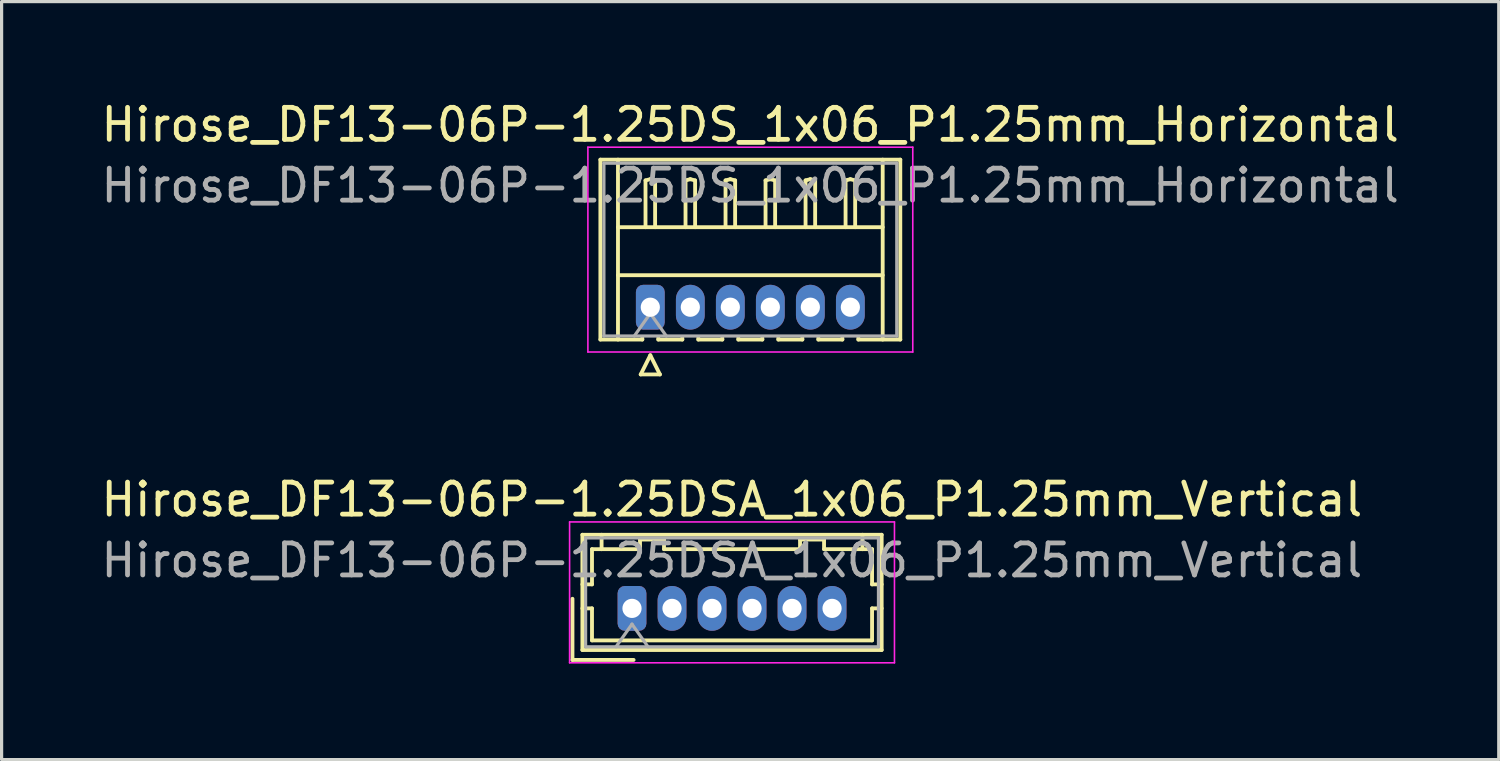
<source format=kicad_pcb>
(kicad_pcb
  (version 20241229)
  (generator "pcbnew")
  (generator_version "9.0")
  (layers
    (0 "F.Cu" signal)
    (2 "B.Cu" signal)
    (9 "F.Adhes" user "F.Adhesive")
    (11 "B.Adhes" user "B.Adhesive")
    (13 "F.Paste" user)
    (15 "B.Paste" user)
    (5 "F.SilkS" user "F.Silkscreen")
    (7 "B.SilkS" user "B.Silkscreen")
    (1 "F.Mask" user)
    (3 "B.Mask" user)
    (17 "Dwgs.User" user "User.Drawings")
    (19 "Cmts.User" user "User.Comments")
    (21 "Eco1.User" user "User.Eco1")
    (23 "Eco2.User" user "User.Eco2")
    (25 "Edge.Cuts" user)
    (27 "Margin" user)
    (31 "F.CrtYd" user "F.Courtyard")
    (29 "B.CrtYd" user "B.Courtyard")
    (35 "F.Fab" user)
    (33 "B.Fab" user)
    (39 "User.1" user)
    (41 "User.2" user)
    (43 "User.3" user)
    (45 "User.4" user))
  (footprint "Hirose_DF13-06P-1.25DS_1x06_P1.25mm_Horizontal"
    (layer "F.Cu")
    (at 17.267 6.548)
    (property "Reference" "Hirose_DF13-06P-1.25DS_1x06_P1.25mm_Horizontal" (at 3.12 -5.7 0) (layer "F.SilkS") (effects (font (size 1 1) (thickness 0.15))))
    (attr through_hole)
    (fp_line (start -1.56 -4.61) (end 7.81 -4.61) (stroke (width 0.12) (type solid)) (layer "F.SilkS"))
    (fp_line (start -1.56 1.01) (end -1.56 -4.61) (stroke (width 0.12) (type solid)) (layer "F.SilkS"))
    (fp_line (start -1.01 -4.61) (end -1.01 1.01) (stroke (width 0.12) (type solid)) (layer "F.SilkS"))
    (fp_line (start -1.01 -2.5) (end 7.26 -2.5) (stroke (width 0.12) (type solid)) (layer "F.SilkS"))
    (fp_line (start -1.01 -1) (end 7.26 -1) (stroke (width 0.12) (type solid)) (layer "F.SilkS"))
    (fp_line (start -0.3 2.1) (end 0.3 2.1) (stroke (width 0.12) (type solid)) (layer "F.SilkS"))
    (fp_line (start -0.25 0.96) (end -0.25 1.01) (stroke (width 0.12) (type solid)) (layer "F.SilkS"))
    (fp_line (start -0.25 1.01) (end -1.56 1.01) (stroke (width 0.12) (type solid)) (layer "F.SilkS"))
    (fp_line (start -0.15 -3.962) (end 0 -4) (stroke (width 0.12) (type solid)) (layer "F.SilkS"))
    (fp_line (start -0.15 -2.5) (end -0.15 -3.962) (stroke (width 0.12) (type solid)) (layer "F.SilkS"))
    (fp_line (start 0 -4) (end 0.15 -3.962) (stroke (width 0.12) (type solid)) (layer "F.SilkS"))
    (fp_line (start 0 1.5) (end -0.3 2.1) (stroke (width 0.12) (type solid)) (layer "F.SilkS"))
    (fp_line (start 0.15 -3.962) (end 0.15 -2.5) (stroke (width 0.12) (type solid)) (layer "F.SilkS"))
    (fp_line (start 0.25 0.96) (end 0.25 1.01) (stroke (width 0.12) (type solid)) (layer "F.SilkS"))
    (fp_line (start 0.25 1.01) (end 1 1.01) (stroke (width 0.12) (type solid)) (layer "F.SilkS"))
    (fp_line (start 0.3 2.1) (end 0 1.5) (stroke (width 0.12) (type solid)) (layer "F.SilkS"))
    (fp_line (start 1 1.01) (end 1 0.96) (stroke (width 0.12) (type solid)) (layer "F.SilkS"))
    (fp_line (start 1.1 -3.962) (end 1.25 -4) (stroke (width 0.12) (type solid)) (layer "F.SilkS"))
    (fp_line (start 1.1 -2.5) (end 1.1 -3.962) (stroke (width 0.12) (type solid)) (layer "F.SilkS"))
    (fp_line (start 1.25 -4) (end 1.4 -3.962) (stroke (width 0.12) (type solid)) (layer "F.SilkS"))
    (fp_line (start 1.4 -3.962) (end 1.4 -2.5) (stroke (width 0.12) (type solid)) (layer "F.SilkS"))
    (fp_line (start 1.5 0.96) (end 1.5 1.01) (stroke (width 0.12) (type solid)) (layer "F.SilkS"))
    (fp_line (start 1.5 1.01) (end 2.25 1.01) (stroke (width 0.12) (type solid)) (layer "F.SilkS"))
    (fp_line (start 2.25 1.01) (end 2.25 0.96) (stroke (width 0.12) (type solid)) (layer "F.SilkS"))
    (fp_line (start 2.35 -3.962) (end 2.5 -4) (stroke (width 0.12) (type solid)) (layer "F.SilkS"))
    (fp_line (start 2.35 -2.5) (end 2.35 -3.962) (stroke (width 0.12) (type solid)) (layer "F.SilkS"))
    (fp_line (start 2.5 -4) (end 2.65 -3.962) (stroke (width 0.12) (type solid)) (layer "F.SilkS"))
    (fp_line (start 2.65 -3.962) (end 2.65 -2.5) (stroke (width 0.12) (type solid)) (layer "F.SilkS"))
    (fp_line (start 2.75 0.96) (end 2.75 1.01) (stroke (width 0.12) (type solid)) (layer "F.SilkS"))
    (fp_line (start 2.75 1.01) (end 3.5 1.01) (stroke (width 0.12) (type solid)) (layer "F.SilkS"))
    (fp_line (start 3.5 1.01) (end 3.5 0.96) (stroke (width 0.12) (type solid)) (layer "F.SilkS"))
    (fp_line (start 3.6 -3.962) (end 3.75 -4) (stroke (width 0.12) (type solid)) (layer "F.SilkS"))
    (fp_line (start 3.6 -2.5) (end 3.6 -3.962) (stroke (width 0.12) (type solid)) (layer "F.SilkS"))
    (fp_line (start 3.75 -4) (end 3.9 -3.962) (stroke (width 0.12) (type solid)) (layer "F.SilkS"))
    (fp_line (start 3.9 -3.962) (end 3.9 -2.5) (stroke (width 0.12) (type solid)) (layer "F.SilkS"))
    (fp_line (start 4 0.96) (end 4 1.01) (stroke (width 0.12) (type solid)) (layer "F.SilkS"))
    (fp_line (start 4 1.01) (end 4.75 1.01) (stroke (width 0.12) (type solid)) (layer "F.SilkS"))
    (fp_line (start 4.75 1.01) (end 4.75 0.96) (stroke (width 0.12) (type solid)) (layer "F.SilkS"))
    (fp_line (start 4.85 -3.962) (end 5 -4) (stroke (width 0.12) (type solid)) (layer "F.SilkS"))
    (fp_line (start 4.85 -2.5) (end 4.85 -3.962) (stroke (width 0.12) (type solid)) (layer "F.SilkS"))
    (fp_line (start 5 -4) (end 5.15 -3.962) (stroke (width 0.12) (type solid)) (layer "F.SilkS"))
    (fp_line (start 5.15 -3.962) (end 5.15 -2.5) (stroke (width 0.12) (type solid)) (layer "F.SilkS"))
    (fp_line (start 5.25 0.96) (end 5.25 1.01) (stroke (width 0.12) (type solid)) (layer "F.SilkS"))
    (fp_line (start 5.25 1.01) (end 6 1.01) (stroke (width 0.12) (type solid)) (layer "F.SilkS"))
    (fp_line (start 6 1.01) (end 6 0.96) (stroke (width 0.12) (type solid)) (layer "F.SilkS"))
    (fp_line (start 6.1 -3.962) (end 6.25 -4) (stroke (width 0.12) (type solid)) (layer "F.SilkS"))
    (fp_line (start 6.1 -2.5) (end 6.1 -3.962) (stroke (width 0.12) (type solid)) (layer "F.SilkS"))
    (fp_line (start 6.25 -4) (end 6.4 -3.962) (stroke (width 0.12) (type solid)) (layer "F.SilkS"))
    (fp_line (start 6.4 -3.962) (end 6.4 -2.5) (stroke (width 0.12) (type solid)) (layer "F.SilkS"))
    (fp_line (start 6.5 1.01) (end 6.5 0.96) (stroke (width 0.12) (type solid)) (layer "F.SilkS"))
    (fp_line (start 7.26 -4.61) (end 7.26 1.01) (stroke (width 0.12) (type solid)) (layer "F.SilkS"))
    (fp_line (start 7.81 -4.61) (end 7.81 1.01) (stroke (width 0.12) (type solid)) (layer "F.SilkS"))
    (fp_line (start 7.81 1.01) (end 6.5 1.01) (stroke (width 0.12) (type solid)) (layer "F.SilkS"))
    (fp_line (start -1.95 -5) (end -1.95 1.4) (stroke (width 0.05) (type solid)) (layer "F.CrtYd"))
    (fp_line (start -1.95 1.4) (end 8.2 1.4) (stroke (width 0.05) (type solid)) (layer "F.CrtYd"))
    (fp_line (start 8.2 -5) (end -1.95 -5) (stroke (width 0.05) (type solid)) (layer "F.CrtYd"))
    (fp_line (start 8.2 1.4) (end 8.2 -5) (stroke (width 0.05) (type solid)) (layer "F.CrtYd"))
    (fp_line (start -1.45 -4.5) (end -1.45 0.9) (stroke (width 0.1) (type solid)) (layer "F.Fab"))
    (fp_line (start -1.45 0.9) (end 7.7 0.9) (stroke (width 0.1) (type solid)) (layer "F.Fab"))
    (fp_line (start -0.5 0.9) (end 0 0.193) (stroke (width 0.1) (type solid)) (layer "F.Fab"))
    (fp_line (start 0 0.193) (end 0.5 0.9) (stroke (width 0.1) (type solid)) (layer "F.Fab"))
    (fp_line (start 7.7 -4.5) (end -1.45 -4.5) (stroke (width 0.1) (type solid)) (layer "F.Fab"))
    (fp_line (start 7.7 0.9) (end 7.7 -4.5) (stroke (width 0.1) (type solid)) (layer "F.Fab"))
    (fp_text user "${REFERENCE}" (at 3.12 -3.8 0) (layer "F.Fab") (effects (font (size 1 1) (thickness 0.15))))
    (pad "1" thru_hole roundrect (at 0 0) (size 0.9 1.4) (drill 0.6) (layers "*.Cu" "*.Mask") (roundrect_rratio 0.25))
    (pad "2" thru_hole oval (at 1.25 0) (size 0.9 1.4) (drill 0.6) (layers "*.Cu" "*.Mask"))
    (pad "3" thru_hole oval (at 2.5 0) (size 0.9 1.4) (drill 0.6) (layers "*.Cu" "*.Mask"))
    (pad "4" thru_hole oval (at 3.75 0) (size 0.9 1.4) (drill 0.6) (layers "*.Cu" "*.Mask"))
    (pad "5" thru_hole oval (at 5 0) (size 0.9 1.4) (drill 0.6) (layers "*.Cu" "*.Mask"))
    (pad "6" thru_hole oval (at 6.25 0) (size 0.9 1.4) (drill 0.6) (layers "*.Cu" "*.Mask")))
  (footprint "Hirose_DF13-06P-1.25DSA_1x06_P1.25mm_Vertical"
    (layer "F.Cu")
    (at 16.695 15.957)
    (property "Reference" "Hirose_DF13-06P-1.25DSA_1x06_P1.25mm_Vertical" (at 3.12 -3.4 0) (layer "F.SilkS") (effects (font (size 1 1) (thickness 0.15))))
    (attr through_hole)
    (fp_line (start -1.86 -0.3) (end -1.86 1.61) (stroke (width 0.12) (type solid)) (layer "F.SilkS"))
    (fp_line (start -1.86 1.61) (end 0.05 1.61) (stroke (width 0.12) (type solid)) (layer "F.SilkS"))
    (fp_line (start -1.55 -2.3) (end -1.55 1.3) (stroke (width 0.12) (type solid)) (layer "F.SilkS"))
    (fp_line (start -1.55 -0.75) (end -1.25 -0.75) (stroke (width 0.12) (type solid)) (layer "F.SilkS"))
    (fp_line (start -1.55 0) (end -1.25 0) (stroke (width 0.12) (type solid)) (layer "F.SilkS"))
    (fp_line (start -1.55 1.3) (end 7.8 1.3) (stroke (width 0.12) (type solid)) (layer "F.SilkS"))
    (fp_line (start -1.25 -1.85) (end -0.95 -1.85) (stroke (width 0.12) (type solid)) (layer "F.SilkS"))
    (fp_line (start -1.25 -0.75) (end -1.25 -1.85) (stroke (width 0.12) (type solid)) (layer "F.SilkS"))
    (fp_line (start -1.25 0) (end -1.25 1) (stroke (width 0.12) (type solid)) (layer "F.SilkS"))
    (fp_line (start -1.25 1) (end 7.5 1) (stroke (width 0.12) (type solid)) (layer "F.SilkS"))
    (fp_line (start -0.95 -1.85) (end -0.95 -2.3) (stroke (width 0.12) (type solid)) (layer "F.SilkS"))
    (fp_line (start -0.95 -1.85) (end 0.25 -1.85) (stroke (width 0.12) (type solid)) (layer "F.SilkS"))
    (fp_line (start 0.25 -2.15) (end 1 -2.15) (stroke (width 0.12) (type solid)) (layer "F.SilkS"))
    (fp_line (start 0.25 -1.85) (end 0.25 -2.15) (stroke (width 0.12) (type solid)) (layer "F.SilkS"))
    (fp_line (start 1 -2.15) (end 1 -1.85) (stroke (width 0.12) (type solid)) (layer "F.SilkS"))
    (fp_line (start 1 -1.85) (end 5.25 -1.85) (stroke (width 0.12) (type solid)) (layer "F.SilkS"))
    (fp_line (start 5.25 -2.15) (end 6 -2.15) (stroke (width 0.12) (type solid)) (layer "F.SilkS"))
    (fp_line (start 5.25 -1.85) (end 5.25 -2.15) (stroke (width 0.12) (type solid)) (layer "F.SilkS"))
    (fp_line (start 6 -2.15) (end 6 -1.85) (stroke (width 0.12) (type solid)) (layer "F.SilkS"))
    (fp_line (start 6 -1.85) (end 7.2 -1.85) (stroke (width 0.12) (type solid)) (layer "F.SilkS"))
    (fp_line (start 7.2 -1.85) (end 7.2 -2.3) (stroke (width 0.12) (type solid)) (layer "F.SilkS"))
    (fp_line (start 7.5 -1.85) (end 7.2 -1.85) (stroke (width 0.12) (type solid)) (layer "F.SilkS"))
    (fp_line (start 7.5 -0.75) (end 7.5 -1.85) (stroke (width 0.12) (type solid)) (layer "F.SilkS"))
    (fp_line (start 7.5 0) (end 7.8 0) (stroke (width 0.12) (type solid)) (layer "F.SilkS"))
    (fp_line (start 7.5 1) (end 7.5 0) (stroke (width 0.12) (type solid)) (layer "F.SilkS"))
    (fp_line (start 7.8 -2.3) (end -1.55 -2.3) (stroke (width 0.12) (type solid)) (layer "F.SilkS"))
    (fp_line (start 7.8 -0.75) (end 7.5 -0.75) (stroke (width 0.12) (type solid)) (layer "F.SilkS"))
    (fp_line (start 7.8 1.3) (end 7.8 -2.3) (stroke (width 0.12) (type solid)) (layer "F.SilkS"))
    (fp_line (start -1.95 -2.7) (end -1.95 1.7) (stroke (width 0.05) (type solid)) (layer "F.CrtYd"))
    (fp_line (start -1.95 1.7) (end 8.2 1.7) (stroke (width 0.05) (type solid)) (layer "F.CrtYd"))
    (fp_line (start 8.2 -2.7) (end -1.95 -2.7) (stroke (width 0.05) (type solid)) (layer "F.CrtYd"))
    (fp_line (start 8.2 1.7) (end 8.2 -2.7) (stroke (width 0.05) (type solid)) (layer "F.CrtYd"))
    (fp_line (start -1.45 -2.2) (end -1.45 1.2) (stroke (width 0.1) (type solid)) (layer "F.Fab"))
    (fp_line (start -1.45 1.2) (end 7.7 1.2) (stroke (width 0.1) (type solid)) (layer "F.Fab"))
    (fp_line (start -0.5 1.2) (end 0 0.493) (stroke (width 0.1) (type solid)) (layer "F.Fab"))
    (fp_line (start 0 0.493) (end 0.5 1.2) (stroke (width 0.1) (type solid)) (layer "F.Fab"))
    (fp_line (start 7.7 -2.2) (end -1.45 -2.2) (stroke (width 0.1) (type solid)) (layer "F.Fab"))
    (fp_line (start 7.7 1.2) (end 7.7 -2.2) (stroke (width 0.1) (type solid)) (layer "F.Fab"))
    (fp_text user "${REFERENCE}" (at 3.12 -1.5 0) (layer "F.Fab") (effects (font (size 1 1) (thickness 0.15))))
    (pad "1" thru_hole roundrect (at 0 0) (size 0.9 1.4) (drill 0.6) (layers "*.Cu" "*.Mask") (roundrect_rratio 0.25))
    (pad "2" thru_hole oval (at 1.25 0) (size 0.9 1.4) (drill 0.6) (layers "*.Cu" "*.Mask"))
    (pad "3" thru_hole oval (at 2.5 0) (size 0.9 1.4) (drill 0.6) (layers "*.Cu" "*.Mask"))
    (pad "4" thru_hole oval (at 3.75 0) (size 0.9 1.4) (drill 0.6) (layers "*.Cu" "*.Mask"))
    (pad "5" thru_hole oval (at 5 0) (size 0.9 1.4) (drill 0.6) (layers "*.Cu" "*.Mask"))
    (pad "6" thru_hole oval (at 6.25 0) (size 0.9 1.4) (drill 0.6) (layers "*.Cu" "*.Mask")))
  (gr_rect
    (start -3 -3)
    (end 43.774 20.681)
    (stroke (width 0.1) (type default))
    (fill no)
    (layer "Edge.Cuts")))
</source>
